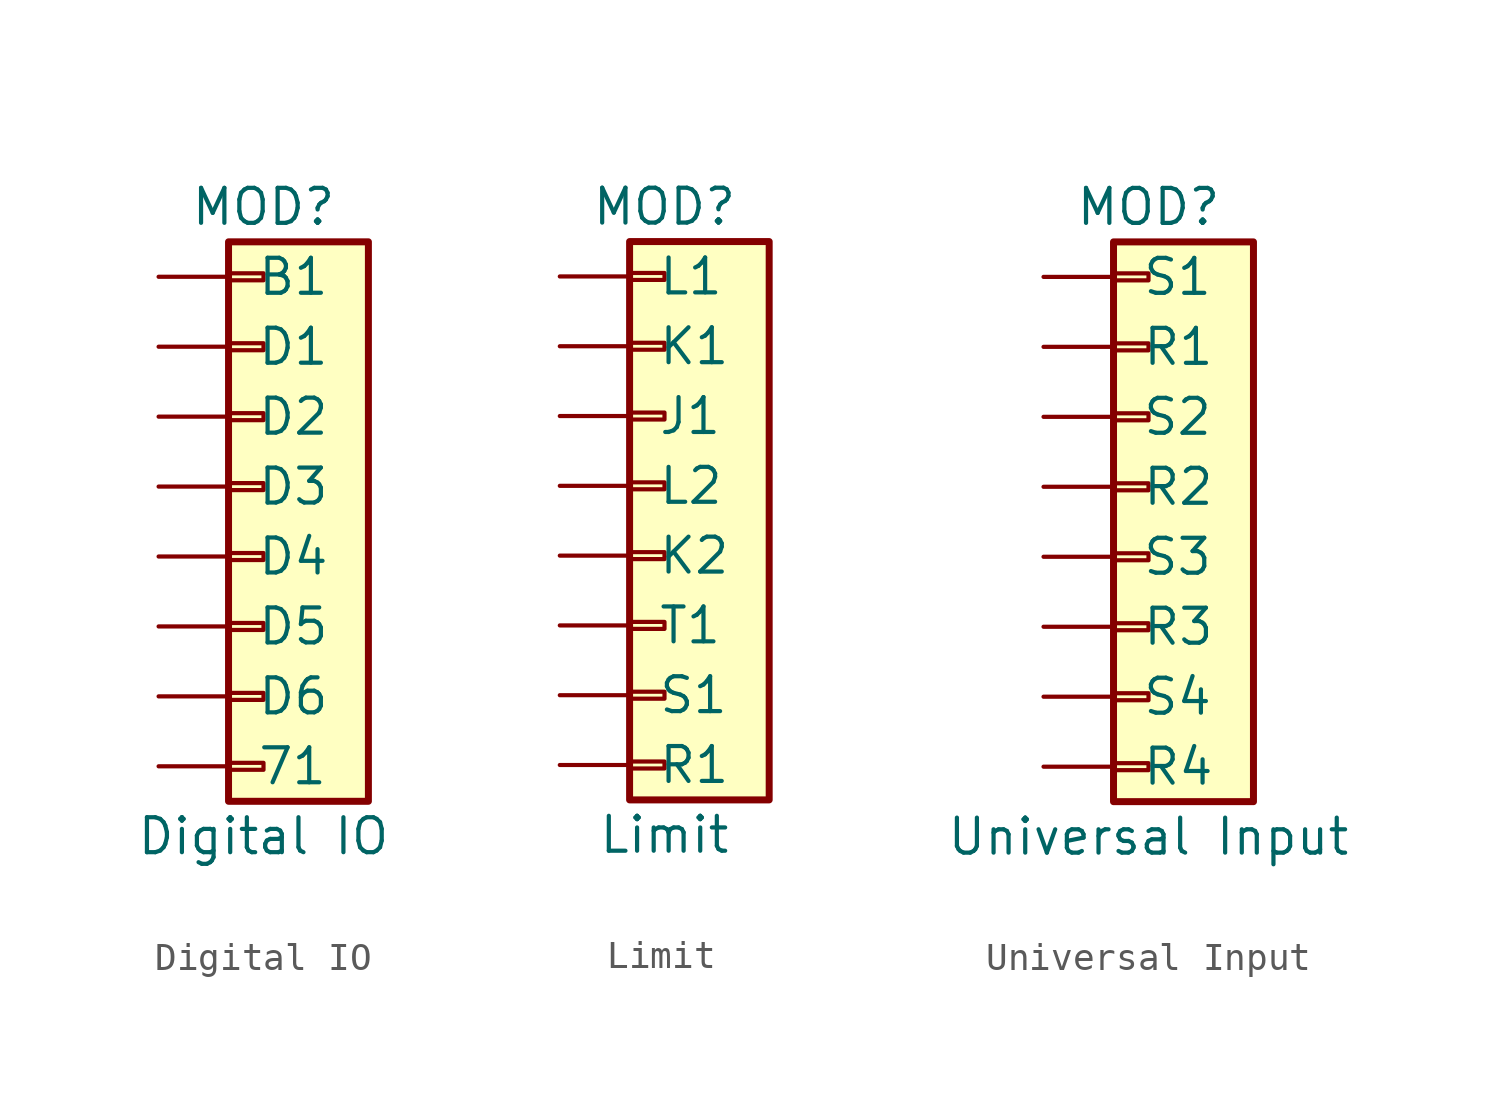
<source format=kicad_sym>
(kicad_symbol_lib
  (version 20211014)
  (generator kicad_symbol_editor)
  (symbol "Digital IO"
    (pin_numbers hide)
    (pin_names
      (offset 1.016))
    (property "Reference" "MOD"
      (at 0 10.16 0)
      (effects (font (size 1.27 1.27))))
    (property "Value" "Digital IO"
      (at 0 -12.7 0)
      (effects (font (size 1.27 1.27))))
    (symbol "Digital IO_1_1"
      (rectangle (start -1.27 -10.033) (end 0 -10.287) (stroke (width 0.152) (type default) (color 0 0 0 0)) (fill (type none)))
      (rectangle (start -1.27 -7.493) (end 0 -7.747) (stroke (width 0.152) (type default) (color 0 0 0 0)) (fill (type none)))
      (rectangle (start -1.27 -4.953) (end 0 -5.207) (stroke (width 0.152) (type default) (color 0 0 0 0)) (fill (type none)))
      (rectangle (start -1.27 -2.413) (end 0 -2.667) (stroke (width 0.152) (type default) (color 0 0 0 0)) (fill (type none)))
      (rectangle (start -1.27 0.127) (end 0 -0.127) (stroke (width 0.152) (type default) (color 0 0 0 0)) (fill (type none)))
      (rectangle (start -1.27 2.667) (end 0 2.413) (stroke (width 0.152) (type default) (color 0 0 0 0)) (fill (type none)))
      (rectangle (start -1.27 5.207) (end 0 4.953) (stroke (width 0.152) (type default) (color 0 0 0 0)) (fill (type none)))
      (rectangle (start -1.27 7.747) (end 0 7.493) (stroke (width 0.152) (type default) (color 0 0 0 0)) (fill (type none)))
      (rectangle (start -1.27 8.89) (end 3.81 -11.43) (stroke (width 0.254) (type default) (color 0 0 0 0)) (fill (type background)))
      (pin input line (at -3.81 7.62 0) (length 2.54) (name "B1" (effects (font (size 1.27 1.27)))) (number "1" (effects (font (size 1.27 1.27)))))
      (pin input line (at -3.81 5.08 0) (length 2.54) (name "D1" (effects (font (size 1.27 1.27)))) (number "2" (effects (font (size 1.27 1.27)))))
      (pin input line (at -3.81 2.54 0) (length 2.54) (name "D2" (effects (font (size 1.27 1.27)))) (number "3" (effects (font (size 1.27 1.27)))))
      (pin input line (at -3.81 0 0) (length 2.54) (name "D3" (effects (font (size 1.27 1.27)))) (number "4" (effects (font (size 1.27 1.27)))))
      (pin input line (at -3.81 -2.54 0) (length 2.54) (name "D4" (effects (font (size 1.27 1.27)))) (number "5" (effects (font (size 1.27 1.27)))))
      (pin input line (at -3.81 -5.08 0) (length 2.54) (name "D5" (effects (font (size 1.27 1.27)))) (number "6" (effects (font (size 1.27 1.27)))))
      (pin input line (at -3.81 -7.62 0) (length 2.54) (name "D6" (effects (font (size 1.27 1.27)))) (number "7" (effects (font (size 1.27 1.27)))))
      (pin input line (at -3.81 -10.16 0) (length 2.54) (name "71" (effects (font (size 1.27 1.27)))) (number "8" (effects (font (size 1.27 1.27)))))))
  (symbol "Limit"
    (pin_numbers hide)
    (pin_names
      (offset 1.016))
    (property "Reference" "MOD"
      (at 0 10.16 0)
      (effects (font (size 1.27 1.27))))
    (property "Value" "Limit"
      (at 0 -12.7 0)
      (effects (font (size 1.27 1.27))))
    (symbol "Limit_1_1"
      (rectangle (start -1.27 -10.033) (end 0 -10.287) (stroke (width 0.152) (type default) (color 0 0 0 0)) (fill (type none)))
      (rectangle (start -1.27 -7.493) (end 0 -7.747) (stroke (width 0.152) (type default) (color 0 0 0 0)) (fill (type none)))
      (rectangle (start -1.27 -4.953) (end 0 -5.207) (stroke (width 0.152) (type default) (color 0 0 0 0)) (fill (type none)))
      (rectangle (start -1.27 -2.413) (end 0 -2.667) (stroke (width 0.152) (type default) (color 0 0 0 0)) (fill (type none)))
      (rectangle (start -1.27 0.127) (end 0 -0.127) (stroke (width 0.152) (type default) (color 0 0 0 0)) (fill (type none)))
      (rectangle (start -1.27 2.667) (end 0 2.413) (stroke (width 0.152) (type default) (color 0 0 0 0)) (fill (type none)))
      (rectangle (start -1.27 5.207) (end 0 4.953) (stroke (width 0.152) (type default) (color 0 0 0 0)) (fill (type none)))
      (rectangle (start -1.27 7.747) (end 0 7.493) (stroke (width 0.152) (type default) (color 0 0 0 0)) (fill (type none)))
      (rectangle (start -1.27 8.89) (end 3.81 -11.43) (stroke (width 0.254) (type default) (color 0 0 0 0)) (fill (type background)))
      (pin input line (at -3.81 7.62 0) (length 2.54) (name "L1" (effects (font (size 1.27 1.27)))) (number "1" (effects (font (size 1.27 1.27)))))
      (pin input line (at -3.81 5.08 0) (length 2.54) (name "K1" (effects (font (size 1.27 1.27)))) (number "2" (effects (font (size 1.27 1.27)))))
      (pin input line (at -3.81 2.54 0) (length 2.54) (name "J1" (effects (font (size 1.27 1.27)))) (number "3" (effects (font (size 1.27 1.27)))))
      (pin input line (at -3.81 0 0) (length 2.54) (name "L2" (effects (font (size 1.27 1.27)))) (number "4" (effects (font (size 1.27 1.27)))))
      (pin input line (at -3.81 -2.54 0) (length 2.54) (name "K2" (effects (font (size 1.27 1.27)))) (number "5" (effects (font (size 1.27 1.27)))))
      (pin input line (at -3.81 -5.08 0) (length 2.54) (name "T1" (effects (font (size 1.27 1.27)))) (number "6" (effects (font (size 1.27 1.27)))))
      (pin input line (at -3.81 -7.62 0) (length 2.54) (name "S1" (effects (font (size 1.27 1.27)))) (number "7" (effects (font (size 1.27 1.27)))))
      (pin input line (at -3.81 -10.16 0) (length 2.54) (name "R1" (effects (font (size 1.27 1.27)))) (number "8" (effects (font (size 1.27 1.27)))))))
  (symbol "Universal Input"
    (pin_numbers hide)
    (pin_names
      (offset 1.016))
    (property "Reference" "MOD"
      (at 0 10.16 0)
      (effects (font (size 1.27 1.27))))
    (property "Value" "Universal Input"
      (at 0 -12.7 0)
      (effects (font (size 1.27 1.27))))
    (symbol "Universal Input_1_1"
      (rectangle (start -1.27 -10.033) (end 0 -10.287) (stroke (width 0.152) (type default) (color 0 0 0 0)) (fill (type none)))
      (rectangle (start -1.27 -7.493) (end 0 -7.747) (stroke (width 0.152) (type default) (color 0 0 0 0)) (fill (type none)))
      (rectangle (start -1.27 -4.953) (end 0 -5.207) (stroke (width 0.152) (type default) (color 0 0 0 0)) (fill (type none)))
      (rectangle (start -1.27 -2.413) (end 0 -2.667) (stroke (width 0.152) (type default) (color 0 0 0 0)) (fill (type none)))
      (rectangle (start -1.27 0.127) (end 0 -0.127) (stroke (width 0.152) (type default) (color 0 0 0 0)) (fill (type none)))
      (rectangle (start -1.27 2.667) (end 0 2.413) (stroke (width 0.152) (type default) (color 0 0 0 0)) (fill (type none)))
      (rectangle (start -1.27 5.207) (end 0 4.953) (stroke (width 0.152) (type default) (color 0 0 0 0)) (fill (type none)))
      (rectangle (start -1.27 7.747) (end 0 7.493) (stroke (width 0.152) (type default) (color 0 0 0 0)) (fill (type none)))
      (rectangle (start -1.27 8.89) (end 3.81 -11.43) (stroke (width 0.254) (type default) (color 0 0 0 0)) (fill (type background)))
      (pin input line (at -3.81 7.62 0) (length 2.54) (name "S1" (effects (font (size 1.27 1.27)))) (number "1" (effects (font (size 1.27 1.27)))))
      (pin input line (at -3.81 5.08 0) (length 2.54) (name "R1" (effects (font (size 1.27 1.27)))) (number "2" (effects (font (size 1.27 1.27)))))
      (pin input line (at -3.81 2.54 0) (length 2.54) (name "S2" (effects (font (size 1.27 1.27)))) (number "3" (effects (font (size 1.27 1.27)))))
      (pin input line (at -3.81 0 0) (length 2.54) (name "R2" (effects (font (size 1.27 1.27)))) (number "4" (effects (font (size 1.27 1.27)))))
      (pin input line (at -3.81 -2.54 0) (length 2.54) (name "S3" (effects (font (size 1.27 1.27)))) (number "5" (effects (font (size 1.27 1.27)))))
      (pin input line (at -3.81 -5.08 0) (length 2.54) (name "R3" (effects (font (size 1.27 1.27)))) (number "6" (effects (font (size 1.27 1.27)))))
      (pin input line (at -3.81 -7.62 0) (length 2.54) (name "S4" (effects (font (size 1.27 1.27)))) (number "7" (effects (font (size 1.27 1.27)))))
      (pin input line (at -3.81 -10.16 0) (length 2.54) (name "R4" (effects (font (size 1.27 1.27)))) (number "8" (effects (font (size 1.27 1.27))))))))
</source>
